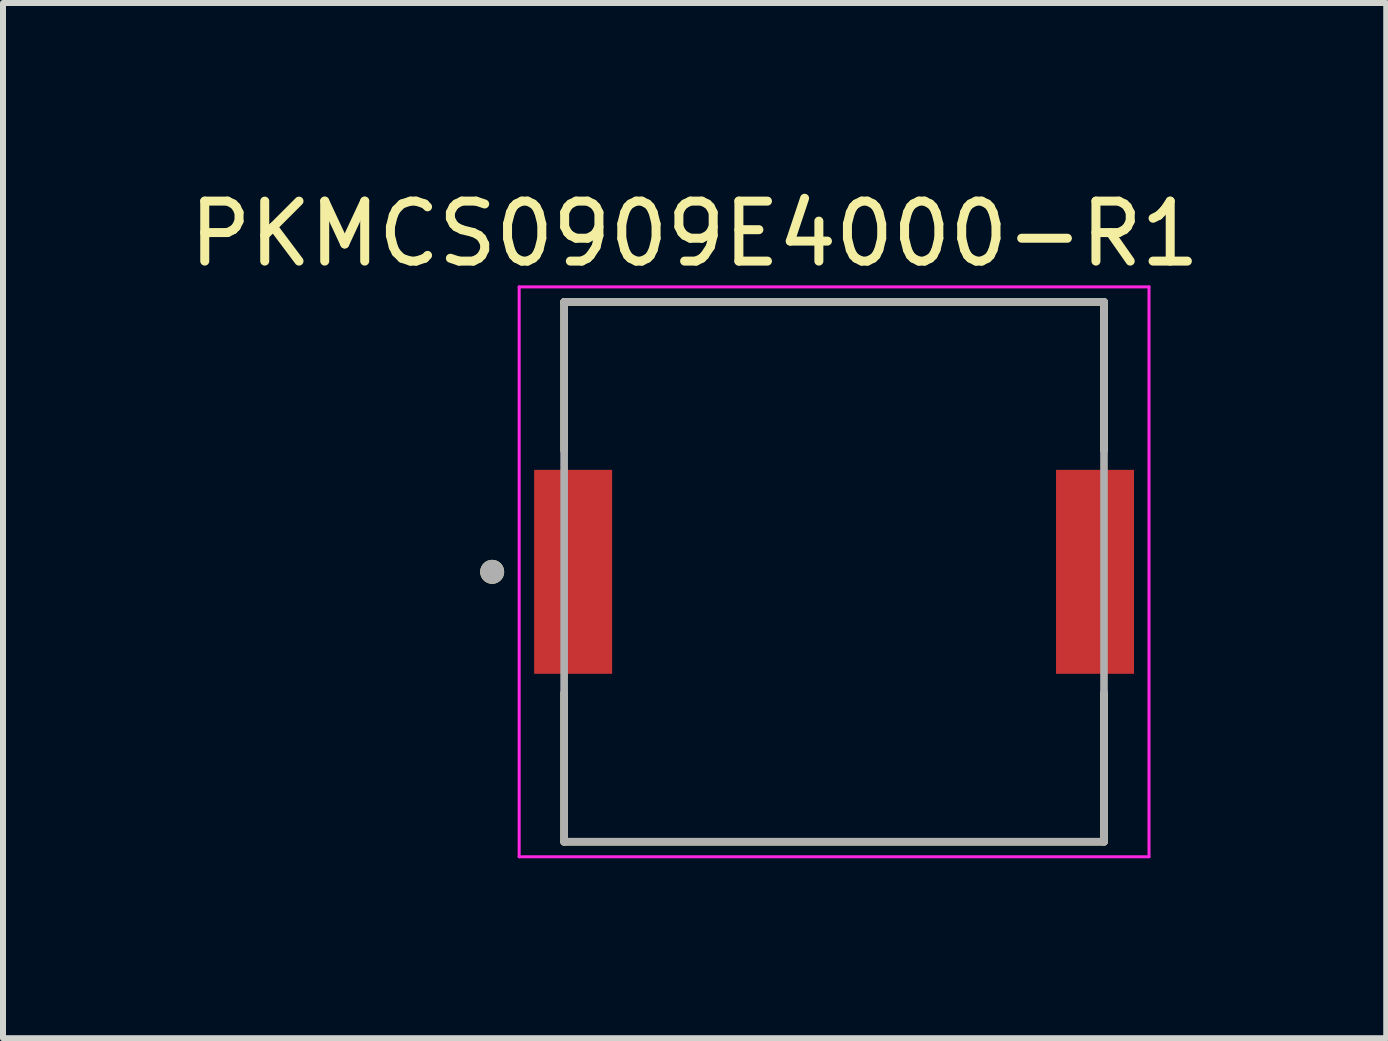
<source format=kicad_pcb>
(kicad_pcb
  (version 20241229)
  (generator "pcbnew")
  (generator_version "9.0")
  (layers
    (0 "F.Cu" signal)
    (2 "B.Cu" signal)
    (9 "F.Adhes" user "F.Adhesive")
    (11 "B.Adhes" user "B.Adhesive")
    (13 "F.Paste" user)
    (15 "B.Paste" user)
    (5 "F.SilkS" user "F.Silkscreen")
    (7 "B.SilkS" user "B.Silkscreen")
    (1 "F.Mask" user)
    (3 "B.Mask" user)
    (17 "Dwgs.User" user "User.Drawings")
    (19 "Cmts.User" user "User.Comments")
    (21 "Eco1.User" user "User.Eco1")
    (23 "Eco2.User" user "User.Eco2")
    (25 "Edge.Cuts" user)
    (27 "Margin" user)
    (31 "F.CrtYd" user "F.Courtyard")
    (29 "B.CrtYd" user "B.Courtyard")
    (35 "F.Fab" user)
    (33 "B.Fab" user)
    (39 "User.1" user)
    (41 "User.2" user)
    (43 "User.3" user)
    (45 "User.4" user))
  (footprint "PKMCS0909E4000-R1"
    (layer "F.Cu")
    (at 10.855 6.483)
    (property "Reference" "PKMCS0909E4000-R1" (at -2.325 -5.635 0) (layer "F.SilkS") (effects (font (size 1 1) (thickness 0.15))))
    (attr smd)
    (fp_line (start -4.5 -4.5) (end 4.5 -4.5) (stroke (width 0.127) (type solid)) (layer "F.SilkS"))
    (fp_line (start -4.5 -2.02) (end -4.5 -4.5) (stroke (width 0.127) (type solid)) (layer "F.SilkS"))
    (fp_line (start -4.5 4.5) (end -4.5 2.02) (stroke (width 0.127) (type solid)) (layer "F.SilkS"))
    (fp_line (start 4.5 -4.5) (end 4.5 -2.02) (stroke (width 0.127) (type solid)) (layer "F.SilkS"))
    (fp_line (start 4.5 2.02) (end 4.5 4.5) (stroke (width 0.127) (type solid)) (layer "F.SilkS"))
    (fp_line (start 4.5 4.5) (end -4.5 4.5) (stroke (width 0.127) (type solid)) (layer "F.SilkS"))
    (fp_circle (center -5.7 0) (end -5.6 0) (stroke (width 0.2) (type solid)) (fill no) (layer "F.SilkS"))
    (fp_line (start -5.25 -4.75) (end -5.25 4.75) (stroke (width 0.05) (type solid)) (layer "F.CrtYd"))
    (fp_line (start -5.25 4.75) (end 5.25 4.75) (stroke (width 0.05) (type solid)) (layer "F.CrtYd"))
    (fp_line (start 5.25 -4.75) (end -5.25 -4.75) (stroke (width 0.05) (type solid)) (layer "F.CrtYd"))
    (fp_line (start 5.25 4.75) (end 5.25 -4.75) (stroke (width 0.05) (type solid)) (layer "F.CrtYd"))
    (fp_line (start -4.5 -4.5) (end 4.5 -4.5) (stroke (width 0.127) (type solid)) (layer "F.Fab"))
    (fp_line (start -4.5 4.5) (end -4.5 -4.5) (stroke (width 0.127) (type solid)) (layer "F.Fab"))
    (fp_line (start 4.5 -4.5) (end 4.5 4.5) (stroke (width 0.127) (type solid)) (layer "F.Fab"))
    (fp_line (start 4.5 4.5) (end -4.5 4.5) (stroke (width 0.127) (type solid)) (layer "F.Fab"))
    (fp_circle (center -5.7 0) (end -5.6 0) (stroke (width 0.2) (type solid)) (fill no) (layer "F.Fab"))
    (pad "1" smd rect (at -4.35 0) (size 1.3 3.4) (layers "F.Cu" "F.Mask" "F.Paste"))
    (pad "2" smd rect (at 4.35 0) (size 1.3 3.4) (layers "F.Cu" "F.Mask" "F.Paste")))
  (gr_rect
    (start -3 -3)
    (end 20.06 14.258)
    (stroke (width 0.1) (type default))
    (fill no)
    (layer "Edge.Cuts")))
</source>
